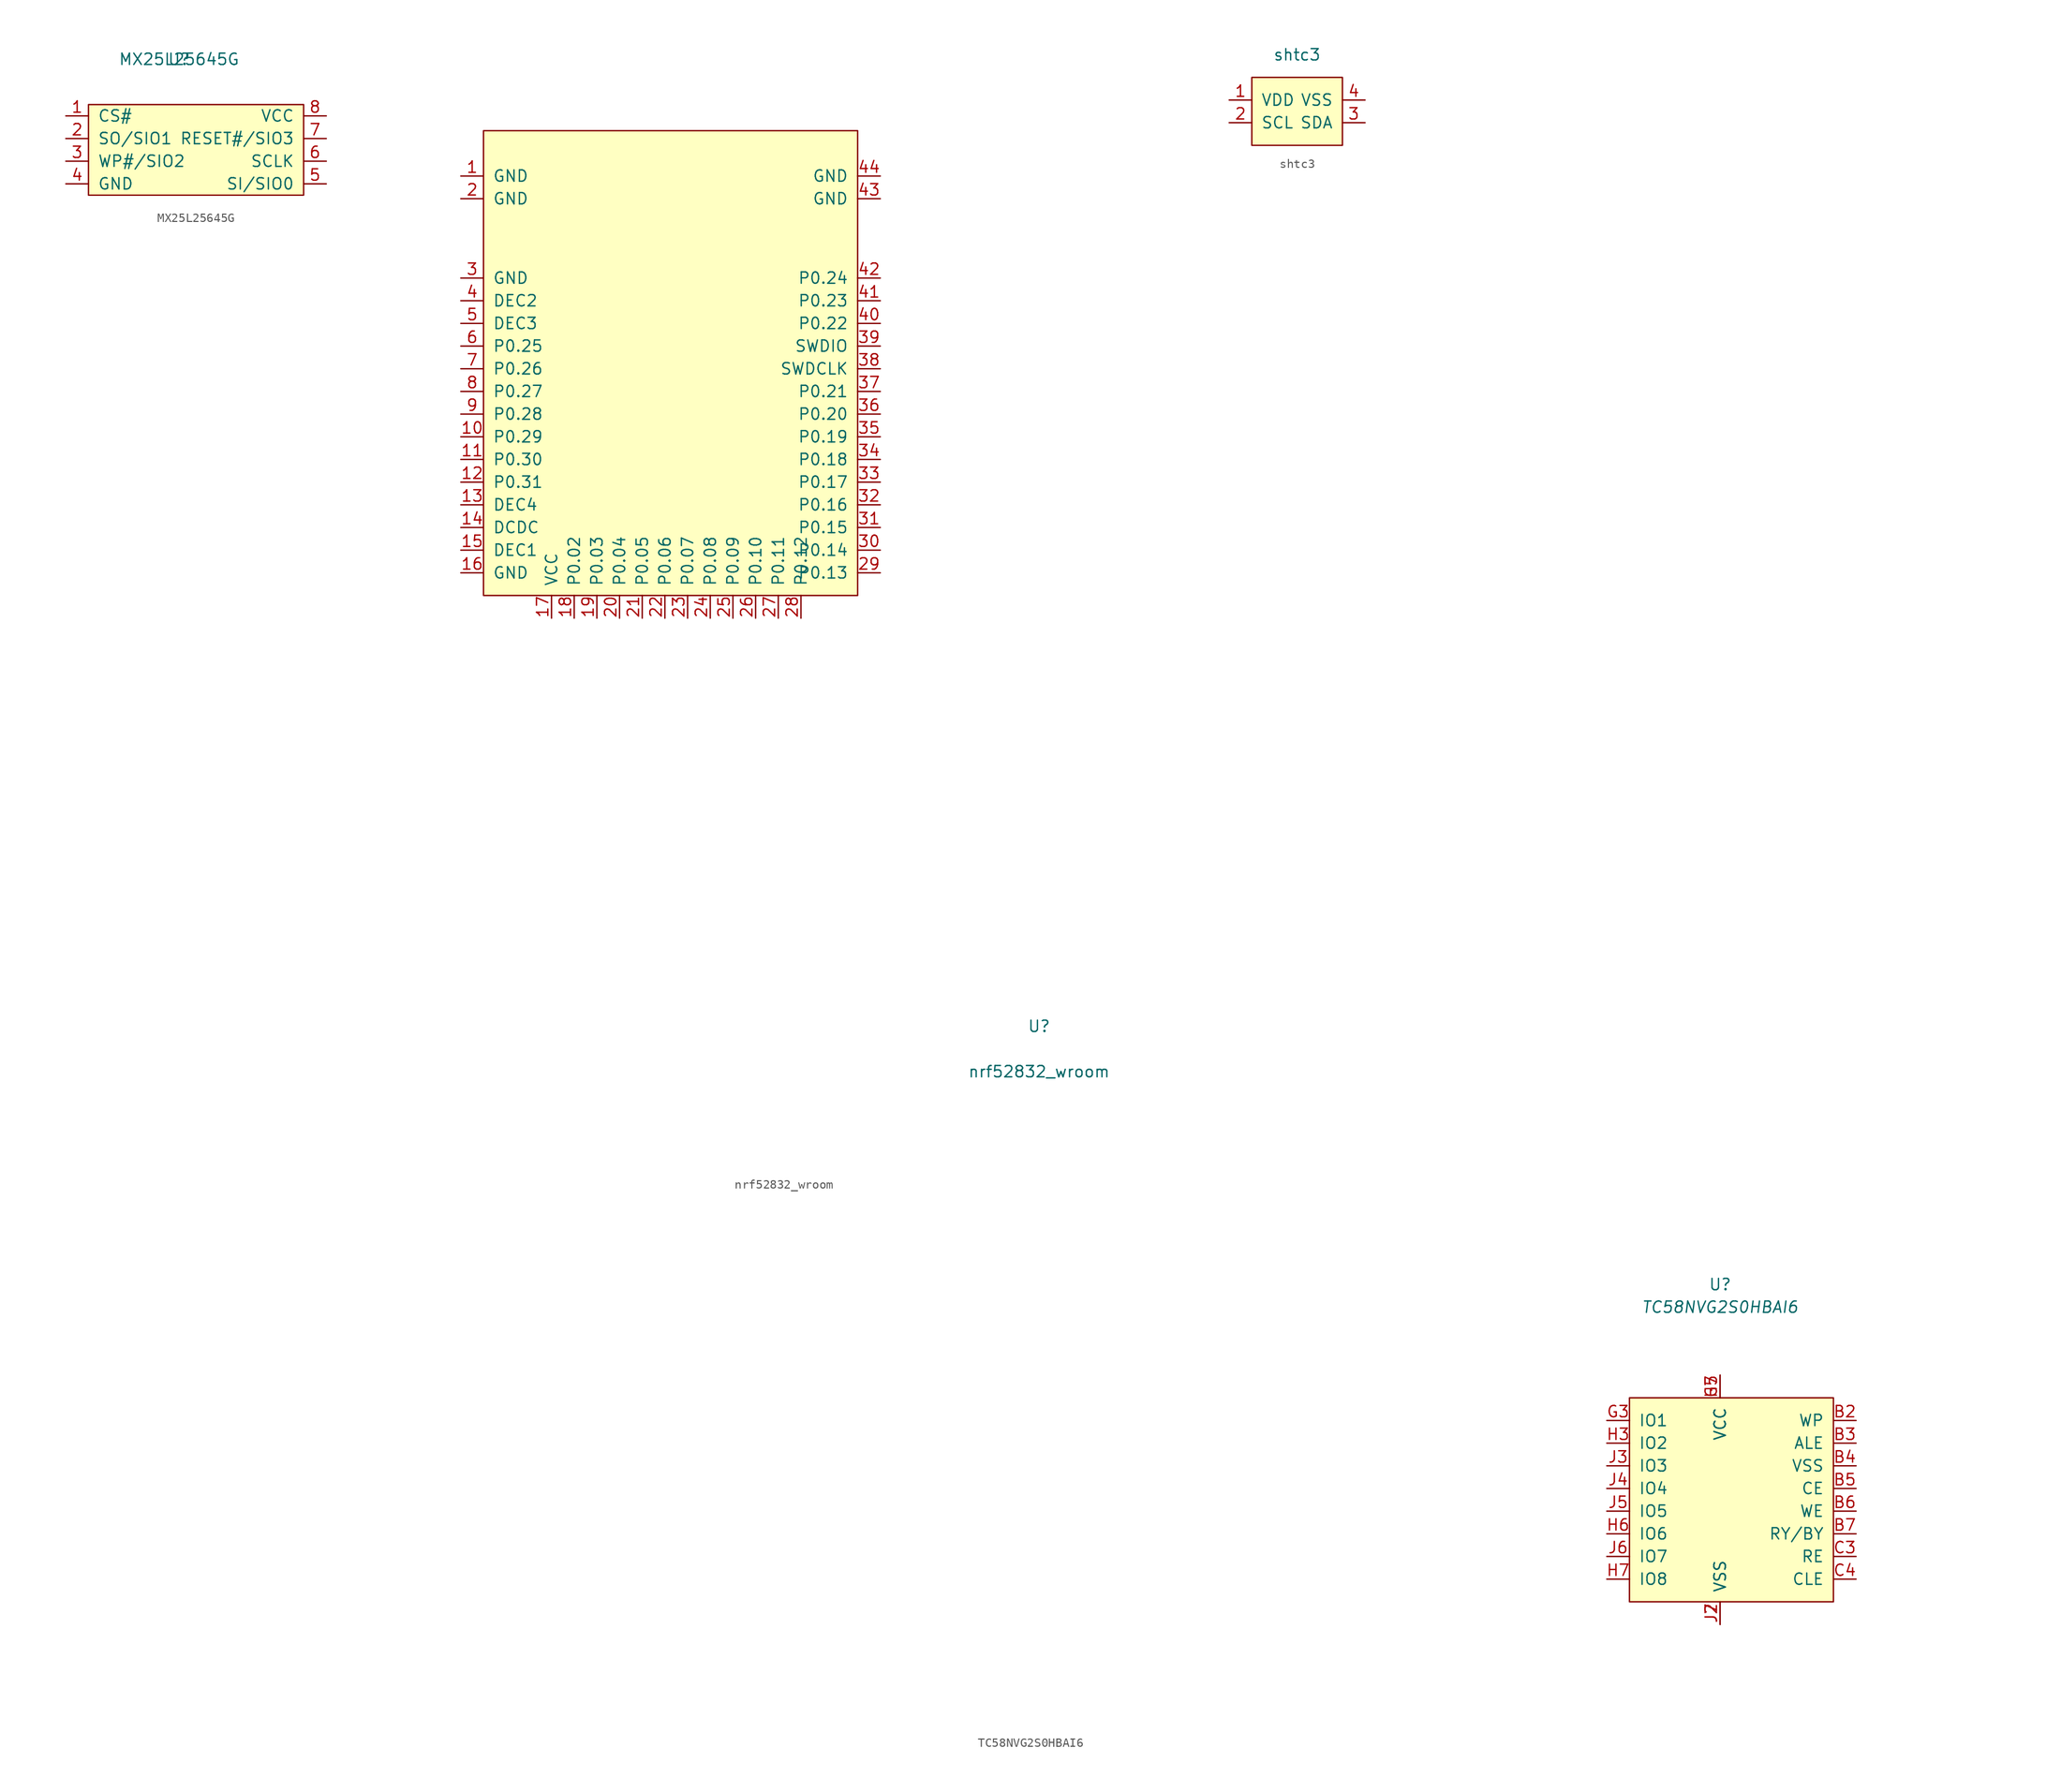
<source format=kicad_sym>
(kicad_symbol_lib
  (version 20220914)
  (generator kicad_symbol_editor)
  (symbol "MX25L25645G"
    (pin_names
      (offset 1.016))
    (property "Reference" "U"
      (at -1.27 8.89 0)
      (effects (font (size 1.27 1.27))))
    (property "Value" "MX25L25645G"
      (at -1.27 8.89 0)
      (effects (font (size 1.27 1.27))))
    (symbol "MX25L25645G_0_0"
      (pin bidirectional line (at -13.97 2.54 0) (length 2.54) (name "CS#" (effects (font (size 1.27 1.27)))) (number "1" (effects (font (size 1.27 1.27)))))
      (pin bidirectional line (at -13.97 0 0) (length 2.54) (name "SO/SIO1" (effects (font (size 1.27 1.27)))) (number "2" (effects (font (size 1.27 1.27)))))
      (pin bidirectional line (at -13.97 -2.54 0) (length 2.54) (name "WP#/SIO2" (effects (font (size 1.27 1.27)))) (number "3" (effects (font (size 1.27 1.27)))))
      (pin passive line (at -13.97 -5.08 0) (length 2.54) (name "GND" (effects (font (size 1.27 1.27)))) (number "4" (effects (font (size 1.27 1.27)))))
      (pin bidirectional line (at 15.24 -5.08 180) (length 2.54) (name "SI/SIO0" (effects (font (size 1.27 1.27)))) (number "5" (effects (font (size 1.27 1.27)))))
      (pin bidirectional line (at 15.24 -2.54 180) (length 2.54) (name "SCLK" (effects (font (size 1.27 1.27)))) (number "6" (effects (font (size 1.27 1.27)))))
      (pin bidirectional line (at 15.24 0 180) (length 2.54) (name "RESET#/SIO3" (effects (font (size 1.27 1.27)))) (number "7" (effects (font (size 1.27 1.27)))))
      (pin power_in line (at 15.24 2.54 180) (length 2.54) (name "VCC" (effects (font (size 1.27 1.27)))) (number "8" (effects (font (size 1.27 1.27)))))
      (pin passive line (at -13.97 -5.08 0) (length 2.54) hide (name "GND" (effects (font (size 1.27 1.27)))) (number "9" (effects (font (size 1.27 1.27))))))
    (symbol "MX25L25645G_0_1"
      (rectangle (start -11.43 3.81) (end 12.7 -6.35) (stroke (width 0) (type solid)) (fill (type background)))))
  (symbol "nrf52832_wroom"
    (pin_names
      (offset 1.016))
    (property "Reference" "U"
      (at 0 5.08 0)
      (effects (font (size 1.27 1.27))))
    (property "Value" "nrf52832_wroom"
      (at 0 0 0)
      (effects (font (size 1.27 1.27))))
    (symbol "nrf52832_wroom_0_1"
      (rectangle (start -62.23 105.41) (end -20.32 53.34) (stroke (width 0) (type solid)) (fill (type background))))
    (symbol "nrf52832_wroom_1_1"
      (pin input line (at -64.77 100.33 0) (length 2.54) (name "GND" (effects (font (size 1.27 1.27)))) (number "1" (effects (font (size 1.27 1.27)))))
      (pin bidirectional line (at -64.77 71.12 0) (length 2.54) (name "P0.29" (effects (font (size 1.27 1.27)))) (number "10" (effects (font (size 1.27 1.27)))))
      (pin bidirectional line (at -64.77 68.58 0) (length 2.54) (name "P0.30" (effects (font (size 1.27 1.27)))) (number "11" (effects (font (size 1.27 1.27)))))
      (pin bidirectional line (at -64.77 66.04 0) (length 2.54) (name "P0.31" (effects (font (size 1.27 1.27)))) (number "12" (effects (font (size 1.27 1.27)))))
      (pin passive line (at -64.77 63.5 0) (length 2.54) (name "DEC4" (effects (font (size 1.27 1.27)))) (number "13" (effects (font (size 1.27 1.27)))))
      (pin passive line (at -64.77 60.96 0) (length 2.54) (name "DCDC" (effects (font (size 1.27 1.27)))) (number "14" (effects (font (size 1.27 1.27)))))
      (pin passive line (at -64.77 58.42 0) (length 2.54) (name "DEC1" (effects (font (size 1.27 1.27)))) (number "15" (effects (font (size 1.27 1.27)))))
      (pin input line (at -64.77 55.88 0) (length 2.54) (name "GND" (effects (font (size 1.27 1.27)))) (number "16" (effects (font (size 1.27 1.27)))))
      (pin bidirectional line (at -54.61 50.8 90) (length 2.54) (name "VCC" (effects (font (size 1.27 1.27)))) (number "17" (effects (font (size 1.27 1.27)))))
      (pin tri_state line (at -52.07 50.8 90) (length 2.54) (name "P0.02" (effects (font (size 1.27 1.27)))) (number "18" (effects (font (size 1.27 1.27)))))
      (pin bidirectional line (at -49.53 50.8 90) (length 2.54) (name "P0.03" (effects (font (size 1.27 1.27)))) (number "19" (effects (font (size 1.27 1.27)))))
      (pin input line (at -64.77 97.79 0) (length 2.54) (name "GND" (effects (font (size 1.27 1.27)))) (number "2" (effects (font (size 1.27 1.27)))))
      (pin bidirectional line (at -46.99 50.8 90) (length 2.54) (name "P0.04" (effects (font (size 1.27 1.27)))) (number "20" (effects (font (size 1.27 1.27)))))
      (pin bidirectional line (at -44.45 50.8 90) (length 2.54) (name "P0.05" (effects (font (size 1.27 1.27)))) (number "21" (effects (font (size 1.27 1.27)))))
      (pin bidirectional line (at -41.91 50.8 90) (length 2.54) (name "P0.06" (effects (font (size 1.27 1.27)))) (number "22" (effects (font (size 1.27 1.27)))))
      (pin bidirectional line (at -39.37 50.8 90) (length 2.54) (name "P0.07" (effects (font (size 1.27 1.27)))) (number "23" (effects (font (size 1.27 1.27)))))
      (pin bidirectional line (at -36.83 50.8 90) (length 2.54) (name "P0.08" (effects (font (size 1.27 1.27)))) (number "24" (effects (font (size 1.27 1.27)))))
      (pin bidirectional line (at -34.29 50.8 90) (length 2.54) (name "P0.09" (effects (font (size 1.27 1.27)))) (number "25" (effects (font (size 1.27 1.27)))))
      (pin bidirectional line (at -31.75 50.8 90) (length 2.54) (name "P0.10" (effects (font (size 1.27 1.27)))) (number "26" (effects (font (size 1.27 1.27)))))
      (pin bidirectional line (at -29.21 50.8 90) (length 2.54) (name "P0.11" (effects (font (size 1.27 1.27)))) (number "27" (effects (font (size 1.27 1.27)))))
      (pin bidirectional line (at -26.67 50.8 90) (length 2.54) (name "P0.12" (effects (font (size 1.27 1.27)))) (number "28" (effects (font (size 1.27 1.27)))))
      (pin bidirectional line (at -17.78 55.88 180) (length 2.54) (name "P0.13" (effects (font (size 1.27 1.27)))) (number "29" (effects (font (size 1.27 1.27)))))
      (pin input line (at -64.77 88.9 0) (length 2.54) (name "GND" (effects (font (size 1.27 1.27)))) (number "3" (effects (font (size 1.27 1.27)))))
      (pin bidirectional line (at -17.78 58.42 180) (length 2.54) (name "P0.14" (effects (font (size 1.27 1.27)))) (number "30" (effects (font (size 1.27 1.27)))))
      (pin bidirectional line (at -17.78 60.96 180) (length 2.54) (name "P0.15" (effects (font (size 1.27 1.27)))) (number "31" (effects (font (size 1.27 1.27)))))
      (pin bidirectional line (at -17.78 63.5 180) (length 2.54) (name "P0.16" (effects (font (size 1.27 1.27)))) (number "32" (effects (font (size 1.27 1.27)))))
      (pin bidirectional line (at -17.78 66.04 180) (length 2.54) (name "P0.17" (effects (font (size 1.27 1.27)))) (number "33" (effects (font (size 1.27 1.27)))))
      (pin bidirectional line (at -17.78 68.58 180) (length 2.54) (name "P0.18" (effects (font (size 1.27 1.27)))) (number "34" (effects (font (size 1.27 1.27)))))
      (pin bidirectional line (at -17.78 71.12 180) (length 2.54) (name "P0.19" (effects (font (size 1.27 1.27)))) (number "35" (effects (font (size 1.27 1.27)))))
      (pin bidirectional line (at -17.78 73.66 180) (length 2.54) (name "P0.20" (effects (font (size 1.27 1.27)))) (number "36" (effects (font (size 1.27 1.27)))))
      (pin bidirectional line (at -17.78 76.2 180) (length 2.54) (name "P0.21" (effects (font (size 1.27 1.27)))) (number "37" (effects (font (size 1.27 1.27)))))
      (pin input line (at -17.78 78.74 180) (length 2.54) (name "SWDCLK" (effects (font (size 1.27 1.27)))) (number "38" (effects (font (size 1.27 1.27)))))
      (pin input line (at -17.78 81.28 180) (length 2.54) (name "SWDIO" (effects (font (size 1.27 1.27)))) (number "39" (effects (font (size 1.27 1.27)))))
      (pin passive line (at -64.77 86.36 0) (length 2.54) (name "DEC2" (effects (font (size 1.27 1.27)))) (number "4" (effects (font (size 1.27 1.27)))))
      (pin bidirectional line (at -17.78 83.82 180) (length 2.54) (name "P0.22" (effects (font (size 1.27 1.27)))) (number "40" (effects (font (size 1.27 1.27)))))
      (pin bidirectional line (at -17.78 86.36 180) (length 2.54) (name "P0.23" (effects (font (size 1.27 1.27)))) (number "41" (effects (font (size 1.27 1.27)))))
      (pin bidirectional line (at -17.78 88.9 180) (length 2.54) (name "P0.24" (effects (font (size 1.27 1.27)))) (number "42" (effects (font (size 1.27 1.27)))))
      (pin input line (at -17.78 97.79 180) (length 2.54) (name "GND" (effects (font (size 1.27 1.27)))) (number "43" (effects (font (size 1.27 1.27)))))
      (pin input line (at -17.78 100.33 180) (length 2.54) (name "GND" (effects (font (size 1.27 1.27)))) (number "44" (effects (font (size 1.27 1.27)))))
      (pin passive line (at -64.77 83.82 0) (length 2.54) (name "DEC3" (effects (font (size 1.27 1.27)))) (number "5" (effects (font (size 1.27 1.27)))))
      (pin bidirectional line (at -64.77 81.28 0) (length 2.54) (name "P0.25" (effects (font (size 1.27 1.27)))) (number "6" (effects (font (size 1.27 1.27)))))
      (pin bidirectional line (at -64.77 78.74 0) (length 2.54) (name "P0.26" (effects (font (size 1.27 1.27)))) (number "7" (effects (font (size 1.27 1.27)))))
      (pin bidirectional line (at -64.77 76.2 0) (length 2.54) (name "P0.27" (effects (font (size 1.27 1.27)))) (number "8" (effects (font (size 1.27 1.27)))))
      (pin bidirectional line (at -64.77 73.66 0) (length 2.54) (name "P0.28" (effects (font (size 1.27 1.27)))) (number "9" (effects (font (size 1.27 1.27)))))))
  (symbol "shtc3"
    (pin_names
      (offset 1.016))
    (property "Reference" "U"
      (at 0 7.62 0)
      (effects (font (size 1.27 1.27)) hide))
    (property "Value" "shtc3"
      (at 0 5.08 0)
      (effects (font (size 1.27 1.27))))
    (symbol "shtc3_0_0"
      (pin power_in line (at -7.62 0 0) (length 2.54) (name "VDD" (effects (font (size 1.27 1.27)))) (number "1" (effects (font (size 1.27 1.27)))))
      (pin bidirectional line (at -7.62 -2.54 0) (length 2.54) (name "SCL" (effects (font (size 1.27 1.27)))) (number "2" (effects (font (size 1.27 1.27)))))
      (pin bidirectional line (at 7.62 -2.54 180) (length 2.54) (name "SDA" (effects (font (size 1.27 1.27)))) (number "3" (effects (font (size 1.27 1.27)))))
      (pin power_out line (at 7.62 0 180) (length 2.54) (name "VSS" (effects (font (size 1.27 1.27)))) (number "4" (effects (font (size 1.27 1.27))))))
    (symbol "shtc3_0_1"
      (rectangle (start -5.08 2.54) (end 5.08 -5.08) (stroke (width 0) (type solid)) (fill (type background)))))
  (symbol "TC58NVG2S0HBAI6"
    (pin_names
      (offset 1.016))
    (property "Reference" "U"
      (at 0 22.86 0)
      (effects (font (size 1.27 1.27))))
    (property "Value" "TC58NVG2S0HBAI6"
      (at 0 20.32 0)
      (effects (font (size 1.27 1.27) italic)))
    (symbol "TC58NVG2S0HBAI6_0_0"
      (pin no_connect line (at -170.18 -22.86 90) (length 2.54) hide (name "NC" (effects (font (size 1.27 1.27)))) (number "A2" (effects (font (size 1.27 1.27)))))
      (pin no_connect line (at -167.64 -22.86 90) (length 2.54) hide (name "NC" (effects (font (size 1.27 1.27)))) (number "A3" (effects (font (size 1.27 1.27)))))
      (pin no_connect line (at -165.1 -22.86 90) (length 2.54) hide (name "NC" (effects (font (size 1.27 1.27)))) (number "A6" (effects (font (size 1.27 1.27)))))
      (pin no_connect line (at -162.56 -22.86 90) (length 2.54) hide (name "NC" (effects (font (size 1.27 1.27)))) (number "A7" (effects (font (size 1.27 1.27)))))
      (pin no_connect line (at -160.02 -22.86 90) (length 2.54) hide (name "NC" (effects (font (size 1.27 1.27)))) (number "A8" (effects (font (size 1.27 1.27)))))
      (pin no_connect line (at -157.48 -22.86 90) (length 2.54) hide (name "NC" (effects (font (size 1.27 1.27)))) (number "B1" (effects (font (size 1.27 1.27)))))
      (pin input line (at 15.24 7.62 180) (length 2.54) (name "WP" (effects (font (size 1.27 1.27)))) (number "B2" (effects (font (size 1.27 1.27)))))
      (pin input line (at 15.24 5.08 180) (length 2.54) (name "ALE" (effects (font (size 1.27 1.27)))) (number "B3" (effects (font (size 1.27 1.27)))))
      (pin passive line (at 15.24 2.54 180) (length 2.54) (name "VSS" (effects (font (size 1.27 1.27)))) (number "B4" (effects (font (size 1.27 1.27)))))
      (pin input line (at 15.24 0 180) (length 2.54) (name "CE" (effects (font (size 1.27 1.27)))) (number "B5" (effects (font (size 1.27 1.27)))))
      (pin input line (at 15.24 -2.54 180) (length 2.54) (name "WE" (effects (font (size 1.27 1.27)))) (number "B6" (effects (font (size 1.27 1.27)))))
      (pin bidirectional line (at 15.24 -5.08 180) (length 2.54) (name "RY/BY" (effects (font (size 1.27 1.27)))) (number "B7" (effects (font (size 1.27 1.27)))))
      (pin no_connect line (at -154.94 -22.86 90) (length 2.54) hide (name "NC" (effects (font (size 1.27 1.27)))) (number "B8" (effects (font (size 1.27 1.27)))))
      (pin no_connect line (at -152.4 -22.86 90) (length 2.54) hide (name "NC" (effects (font (size 1.27 1.27)))) (number "C1" (effects (font (size 1.27 1.27)))))
      (pin no_connect line (at -149.86 -22.86 90) (length 2.54) hide (name "NC" (effects (font (size 1.27 1.27)))) (number "C2" (effects (font (size 1.27 1.27)))))
      (pin input line (at 15.24 -7.62 180) (length 2.54) (name "RE" (effects (font (size 1.27 1.27)))) (number "C3" (effects (font (size 1.27 1.27)))))
      (pin bidirectional line (at 15.24 -10.16 180) (length 2.54) (name "CLE" (effects (font (size 1.27 1.27)))) (number "C4" (effects (font (size 1.27 1.27)))))
      (pin no_connect line (at -147.32 -22.86 90) (length 2.54) hide (name "NC" (effects (font (size 1.27 1.27)))) (number "C5" (effects (font (size 1.27 1.27)))))
      (pin no_connect line (at -144.78 -22.86 90) (length 2.54) hide (name "NC" (effects (font (size 1.27 1.27)))) (number "C6" (effects (font (size 1.27 1.27)))))
      (pin no_connect line (at -142.24 -22.86 90) (length 2.54) hide (name "NC" (effects (font (size 1.27 1.27)))) (number "C7" (effects (font (size 1.27 1.27)))))
      (pin no_connect line (at -139.7 -22.86 90) (length 2.54) hide (name "NC" (effects (font (size 1.27 1.27)))) (number "C8" (effects (font (size 1.27 1.27)))))
      (pin no_connect line (at -137.16 -22.86 90) (length 2.54) hide (name "NC" (effects (font (size 1.27 1.27)))) (number "D2" (effects (font (size 1.27 1.27)))))
      (pin no_connect line (at -134.62 -22.86 90) (length 2.54) hide (name "NC" (effects (font (size 1.27 1.27)))) (number "D3" (effects (font (size 1.27 1.27)))))
      (pin no_connect line (at -132.08 -22.86 90) (length 2.54) hide (name "NC" (effects (font (size 1.27 1.27)))) (number "D4" (effects (font (size 1.27 1.27)))))
      (pin no_connect line (at -129.54 -22.86 90) (length 2.54) hide (name "NC" (effects (font (size 1.27 1.27)))) (number "D5" (effects (font (size 1.27 1.27)))))
      (pin no_connect line (at -127 -22.86 90) (length 2.54) hide (name "NC" (effects (font (size 1.27 1.27)))) (number "D6" (effects (font (size 1.27 1.27)))))
      (pin no_connect line (at -124.46 -22.86 90) (length 2.54) hide (name "NC" (effects (font (size 1.27 1.27)))) (number "D7" (effects (font (size 1.27 1.27)))))
      (pin no_connect line (at -121.92 -22.86 90) (length 2.54) hide (name "NC" (effects (font (size 1.27 1.27)))) (number "E2" (effects (font (size 1.27 1.27)))))
      (pin no_connect line (at -119.38 -22.86 90) (length 2.54) hide (name "NC" (effects (font (size 1.27 1.27)))) (number "E3" (effects (font (size 1.27 1.27)))))
      (pin no_connect line (at -116.84 -22.86 90) (length 2.54) hide (name "NC" (effects (font (size 1.27 1.27)))) (number "E4" (effects (font (size 1.27 1.27)))))
      (pin no_connect line (at -114.3 -22.86 90) (length 2.54) hide (name "NC" (effects (font (size 1.27 1.27)))) (number "E5" (effects (font (size 1.27 1.27)))))
      (pin no_connect line (at -111.76 -22.86 90) (length 2.54) hide (name "NC" (effects (font (size 1.27 1.27)))) (number "E6" (effects (font (size 1.27 1.27)))))
      (pin no_connect line (at -109.22 -22.86 90) (length 2.54) hide (name "NC" (effects (font (size 1.27 1.27)))) (number "E7" (effects (font (size 1.27 1.27)))))
      (pin no_connect line (at -106.68 -22.86 90) (length 2.54) hide (name "NC" (effects (font (size 1.27 1.27)))) (number "G2" (effects (font (size 1.27 1.27)))))
      (pin bidirectional line (at -12.7 7.62 0) (length 2.54) (name "IO1" (effects (font (size 1.27 1.27)))) (number "G3" (effects (font (size 1.27 1.27)))))
      (pin no_connect line (at -104.14 -22.86 90) (length 2.54) hide (name "NC" (effects (font (size 1.27 1.27)))) (number "G4" (effects (font (size 1.27 1.27)))))
      (pin no_connect line (at -101.6 -22.86 90) (length 2.54) hide (name "NC" (effects (font (size 1.27 1.27)))) (number "G5" (effects (font (size 1.27 1.27)))))
      (pin no_connect line (at -99.06 -22.86 90) (length 2.54) hide (name "NC" (effects (font (size 1.27 1.27)))) (number "G6" (effects (font (size 1.27 1.27)))))
      (pin passive line (at 0 12.7 270) (length 2.54) (name "VCC" (effects (font (size 1.27 1.27)))) (number "G7" (effects (font (size 1.27 1.27)))))
      (pin no_connect line (at -96.52 -22.86 90) (length 2.54) hide (name "NC" (effects (font (size 1.27 1.27)))) (number "H1" (effects (font (size 1.27 1.27)))))
      (pin no_connect line (at -93.98 -22.86 90) (length 2.54) hide (name "NC" (effects (font (size 1.27 1.27)))) (number "H2" (effects (font (size 1.27 1.27)))))
      (pin bidirectional line (at -12.7 5.08 0) (length 2.54) (name "IO2" (effects (font (size 1.27 1.27)))) (number "H3" (effects (font (size 1.27 1.27)))))
      (pin no_connect line (at -91.44 -22.86 90) (length 2.54) hide (name "NC" (effects (font (size 1.27 1.27)))) (number "H4" (effects (font (size 1.27 1.27)))))
      (pin passive line (at 0 12.7 270) (length 2.54) (name "VCC" (effects (font (size 1.27 1.27)))) (number "H5" (effects (font (size 1.27 1.27)))))
      (pin bidirectional line (at -12.7 -5.08 0) (length 2.54) (name "IO6" (effects (font (size 1.27 1.27)))) (number "H6" (effects (font (size 1.27 1.27)))))
      (pin bidirectional line (at -12.7 -10.16 0) (length 2.54) (name "IO8" (effects (font (size 1.27 1.27)))) (number "H7" (effects (font (size 1.27 1.27)))))
      (pin no_connect line (at -88.9 -22.86 90) (length 2.54) hide (name "NC" (effects (font (size 1.27 1.27)))) (number "H8" (effects (font (size 1.27 1.27)))))
      (pin no_connect line (at -86.36 -22.86 90) (length 2.54) hide (name "NC" (effects (font (size 1.27 1.27)))) (number "J1" (effects (font (size 1.27 1.27)))))
      (pin passive line (at 0 -15.24 90) (length 2.54) (name "VSS" (effects (font (size 1.27 1.27)))) (number "J2" (effects (font (size 1.27 1.27)))))
      (pin bidirectional line (at -12.7 2.54 0) (length 2.54) (name "IO3" (effects (font (size 1.27 1.27)))) (number "J3" (effects (font (size 1.27 1.27)))))
      (pin bidirectional line (at -12.7 0 0) (length 2.54) (name "IO4" (effects (font (size 1.27 1.27)))) (number "J4" (effects (font (size 1.27 1.27)))))
      (pin bidirectional line (at -12.7 -2.54 0) (length 2.54) (name "IO5" (effects (font (size 1.27 1.27)))) (number "J5" (effects (font (size 1.27 1.27)))))
      (pin bidirectional line (at -12.7 -7.62 0) (length 2.54) (name "IO7" (effects (font (size 1.27 1.27)))) (number "J6" (effects (font (size 1.27 1.27)))))
      (pin passive line (at 0 -15.24 90) (length 2.54) (name "VSS" (effects (font (size 1.27 1.27)))) (number "J7" (effects (font (size 1.27 1.27)))))
      (pin no_connect line (at -83.82 -22.86 90) (length 2.54) hide (name "NC" (effects (font (size 1.27 1.27)))) (number "J8" (effects (font (size 1.27 1.27)))))
      (pin no_connect line (at -81.28 -22.86 90) (length 2.54) hide (name "NC" (effects (font (size 1.27 1.27)))) (number "K1" (effects (font (size 1.27 1.27)))))
      (pin no_connect line (at -78.74 -22.86 90) (length 2.54) hide (name "NC" (effects (font (size 1.27 1.27)))) (number "K2" (effects (font (size 1.27 1.27)))))
      (pin no_connect line (at -76.2 -22.86 90) (length 2.54) hide (name "NC" (effects (font (size 1.27 1.27)))) (number "K3" (effects (font (size 1.27 1.27)))))
      (pin no_connect line (at -73.66 -22.86 90) (length 2.54) hide (name "NC" (effects (font (size 1.27 1.27)))) (number "K6" (effects (font (size 1.27 1.27)))))
      (pin no_connect line (at -71.12 -22.86 90) (length 2.54) hide (name "NC" (effects (font (size 1.27 1.27)))) (number "K7" (effects (font (size 1.27 1.27)))))
      (pin no_connect line (at -68.58 -22.86 90) (length 2.54) hide (name "NC" (effects (font (size 1.27 1.27)))) (number "K8" (effects (font (size 1.27 1.27))))))
    (symbol "TC58NVG2S0HBAI6_0_1"
      (rectangle (start -10.16 10.16) (end 12.7 -12.7) (stroke (width 0) (type solid)) (fill (type background))))))
</source>
